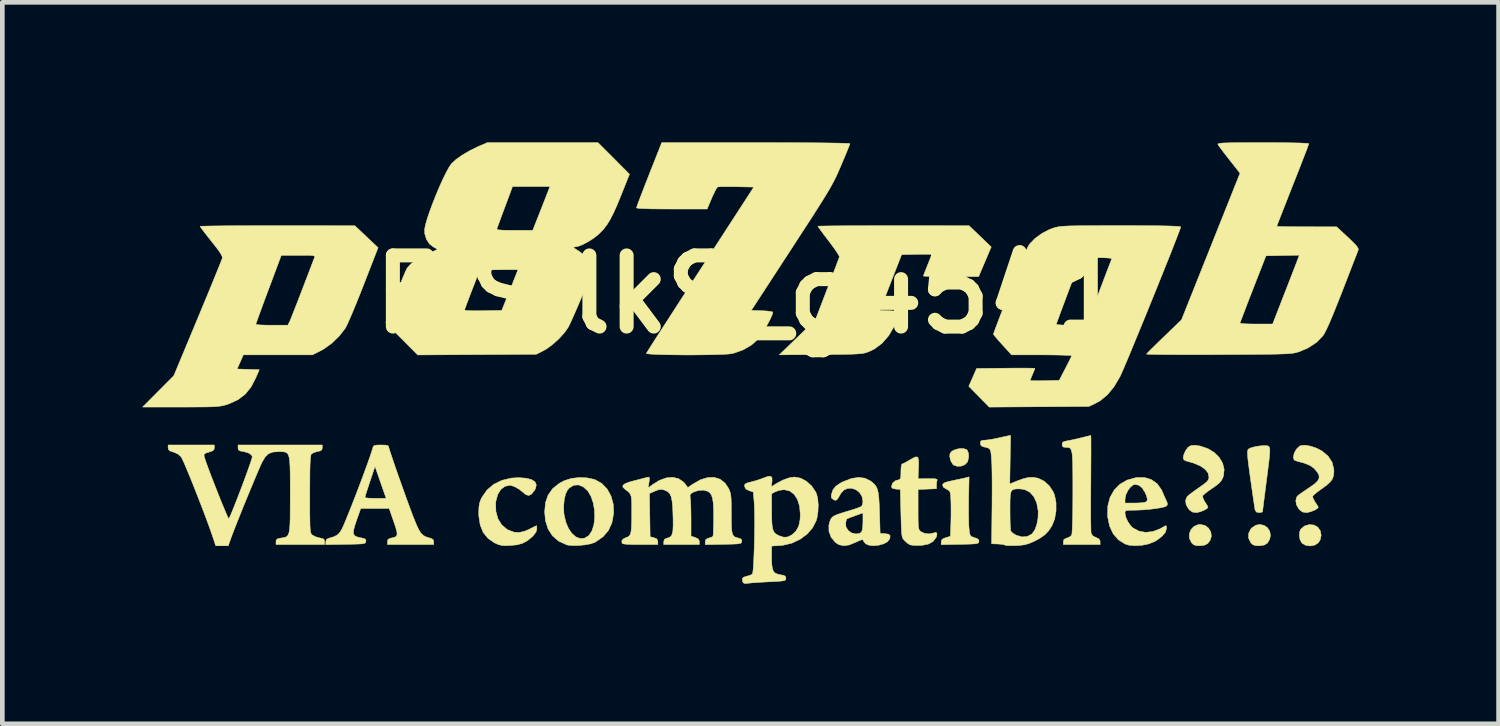
<source format=kicad_pcb>
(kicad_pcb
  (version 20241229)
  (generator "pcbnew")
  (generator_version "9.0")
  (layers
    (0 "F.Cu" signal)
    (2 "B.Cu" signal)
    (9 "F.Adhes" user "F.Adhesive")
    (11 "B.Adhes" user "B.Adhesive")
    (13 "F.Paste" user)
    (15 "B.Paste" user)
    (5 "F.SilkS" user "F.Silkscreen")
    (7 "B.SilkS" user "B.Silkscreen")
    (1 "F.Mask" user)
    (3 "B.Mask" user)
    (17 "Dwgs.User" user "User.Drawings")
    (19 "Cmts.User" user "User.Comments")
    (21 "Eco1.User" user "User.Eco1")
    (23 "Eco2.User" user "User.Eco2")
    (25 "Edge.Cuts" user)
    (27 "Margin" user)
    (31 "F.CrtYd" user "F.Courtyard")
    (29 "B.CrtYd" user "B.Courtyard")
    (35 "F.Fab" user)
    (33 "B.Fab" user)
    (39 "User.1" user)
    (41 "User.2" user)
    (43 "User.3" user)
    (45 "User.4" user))
  (footprint "F.SilkS_g4541"
    (layer "F.Cu")
    (at 13.022 3.256)
    (property "Reference" "F.SilkS_g4541" (at 0 0 0) (layer "F.SilkS") (effects (font (size 1.524 1.524) (thickness 0.3))))
    (attr through_hole)
    (fp_poly (pts (xy 12.074 4.941) (xy 12.156 4.986) (xy 12.21 5.064) (xy 12.228 5.159) (xy 12.208 5.256) (xy 12.166 5.322) (xy 12.089 5.371) (xy 11.993 5.389) (xy 11.896 5.375) (xy 11.819 5.329) (xy 11.815 5.326) (xy 11.776 5.255) (xy 11.761 5.164) (xy 11.77 5.075) (xy 11.793 5.027) (xy 11.873 4.96) (xy 11.972 4.931) (xy 12.074 4.941)) (stroke (width 0.01) (type solid)) (fill yes) (layer "F.SilkS"))
    (fp_poly (pts (xy 4.63 3.323) (xy 4.647 3.338) (xy 4.673 3.402) (xy 4.677 3.488) (xy 4.658 3.573) (xy 4.649 3.593) (xy 4.594 3.648) (xy 4.515 3.679) (xy 4.429 3.682) (xy 4.355 3.655) (xy 4.337 3.639) (xy 4.292 3.563) (xy 4.272 3.473) (xy 4.278 3.409) (xy 4.317 3.36) (xy 4.39 3.324) (xy 4.477 3.303) (xy 4.563 3.302) (xy 4.63 3.323)) (stroke (width 0.01) (type solid)) (fill yes) (layer "F.SilkS"))
    (fp_poly (pts (xy 9.739 4.949) (xy 9.816 5.007) (xy 9.864 5.088) (xy 9.876 5.183) (xy 9.851 5.266) (xy 9.799 5.336) (xy 9.728 5.373) (xy 9.624 5.384) (xy 9.622 5.384) (xy 9.541 5.379) (xy 9.489 5.357) (xy 9.451 5.318) (xy 9.406 5.226) (xy 9.404 5.129) (xy 9.438 5.04) (xy 9.504 4.97) (xy 9.594 4.932) (xy 9.639 4.928) (xy 9.739 4.949)) (stroke (width 0.01) (type solid)) (fill yes) (layer "F.SilkS"))
    (fp_poly (pts (xy 11.007 4.949) (xy 11.079 4.999) (xy 11.127 5.074) (xy 11.142 5.166) (xy 11.125 5.245) (xy 11.08 5.324) (xy 11.013 5.368) (xy 10.911 5.384) (xy 10.892 5.384) (xy 10.811 5.379) (xy 10.759 5.357) (xy 10.721 5.318) (xy 10.673 5.221) (xy 10.674 5.12) (xy 10.721 5.025) (xy 10.742 5.002) (xy 10.829 4.944) (xy 10.92 4.928) (xy 11.007 4.949)) (stroke (width 0.01) (type solid)) (fill yes) (layer "F.SilkS"))
    (fp_poly (pts (xy 11.065 3.241) (xy 11.095 3.249) (xy 11.11 3.26) (xy 11.12 3.276) (xy 11.127 3.305) (xy 11.128 3.35) (xy 11.125 3.417) (xy 11.116 3.513) (xy 11.101 3.641) (xy 11.08 3.808) (xy 11.053 4.018) (xy 11.047 4.064) (xy 11.026 4.229) (xy 11.007 4.377) (xy 10.991 4.501) (xy 10.98 4.592) (xy 10.974 4.645) (xy 10.973 4.655) (xy 10.951 4.668) (xy 10.899 4.674) (xy 10.841 4.662) (xy 10.814 4.621) (xy 10.813 4.616) (xy 10.805 4.576) (xy 10.793 4.493) (xy 10.775 4.375) (xy 10.754 4.23) (xy 10.731 4.066) (xy 10.715 3.956) (xy 10.689 3.765) (xy 10.67 3.618) (xy 10.657 3.508) (xy 10.651 3.43) (xy 10.65 3.378) (xy 10.654 3.344) (xy 10.663 3.323) (xy 10.671 3.313) (xy 10.719 3.288) (xy 10.8 3.265) (xy 10.897 3.248) (xy 10.991 3.239) (xy 11.065 3.241)) (stroke (width 0.01) (type solid)) (fill yes) (layer "F.SilkS"))
    (fp_poly (pts (xy 4.677 4.385) (xy 4.676 4.548) (xy 4.676 4.706) (xy 4.678 4.847) (xy 4.681 4.958) (xy 4.686 5.02) (xy 4.696 5.108) (xy 4.71 5.158) (xy 4.735 5.186) (xy 4.781 5.204) (xy 4.804 5.211) (xy 4.87 5.236) (xy 4.896 5.266) (xy 4.897 5.294) (xy 4.892 5.314) (xy 4.878 5.328) (xy 4.847 5.338) (xy 4.792 5.345) (xy 4.706 5.349) (xy 4.581 5.352) (xy 4.489 5.354) (xy 4.089 5.361) (xy 4.089 5.301) (xy 4.1 5.257) (xy 4.141 5.227) (xy 4.188 5.211) (xy 4.287 5.181) (xy 4.297 4.886) (xy 4.3 4.744) (xy 4.3 4.598) (xy 4.299 4.469) (xy 4.296 4.401) (xy 4.291 4.305) (xy 4.281 4.245) (xy 4.264 4.211) (xy 4.231 4.187) (xy 4.2 4.171) (xy 4.137 4.131) (xy 4.119 4.087) (xy 4.12 4.08) (xy 4.133 4.054) (xy 4.168 4.032) (xy 4.235 4.011) (xy 4.343 3.987) (xy 4.45 3.964) (xy 4.545 3.944) (xy 4.611 3.929) (xy 4.623 3.926) (xy 4.686 3.909) (xy 4.677 4.385)) (stroke (width 0.01) (type solid)) (fill yes) (layer "F.SilkS"))
    (fp_poly (pts (xy 9.639 3.249) (xy 9.802 3.304) (xy 9.939 3.388) (xy 10.046 3.495) (xy 10.118 3.617) (xy 10.15 3.748) (xy 10.137 3.882) (xy 10.125 3.919) (xy 10.096 3.98) (xy 10.052 4.034) (xy 9.982 4.092) (xy 9.895 4.153) (xy 9.808 4.214) (xy 9.739 4.267) (xy 9.697 4.306) (xy 9.69 4.316) (xy 9.695 4.357) (xy 9.722 4.419) (xy 9.74 4.448) (xy 9.779 4.509) (xy 9.802 4.551) (xy 9.804 4.559) (xy 9.782 4.587) (xy 9.727 4.62) (xy 9.656 4.65) (xy 9.584 4.67) (xy 9.546 4.674) (xy 9.47 4.662) (xy 9.41 4.62) (xy 9.388 4.595) (xy 9.336 4.506) (xy 9.324 4.414) (xy 9.354 4.336) (xy 9.387 4.304) (xy 9.453 4.253) (xy 9.539 4.19) (xy 9.601 4.147) (xy 9.701 4.077) (xy 9.766 4.026) (xy 9.803 3.985) (xy 9.82 3.947) (xy 9.825 3.92) (xy 9.809 3.832) (xy 9.746 3.749) (xy 9.64 3.675) (xy 9.494 3.613) (xy 9.341 3.57) (xy 9.289 3.545) (xy 9.272 3.496) (xy 9.291 3.419) (xy 9.322 3.352) (xy 9.373 3.278) (xy 9.438 3.239) (xy 9.526 3.231) (xy 9.639 3.249)) (stroke (width 0.01) (type solid)) (fill yes) (layer "F.SilkS"))
    (fp_poly (pts (xy 12.009 3.253) (xy 12.133 3.296) (xy 12.248 3.356) (xy 12.249 3.357) (xy 12.376 3.464) (xy 12.461 3.594) (xy 12.499 3.741) (xy 12.501 3.789) (xy 12.494 3.878) (xy 12.47 3.951) (xy 12.422 4.018) (xy 12.343 4.089) (xy 12.228 4.173) (xy 12.147 4.232) (xy 12.083 4.284) (xy 12.048 4.32) (xy 12.045 4.327) (xy 12.054 4.366) (xy 12.085 4.427) (xy 12.102 4.454) (xy 12.141 4.513) (xy 12.164 4.553) (xy 12.167 4.561) (xy 12.145 4.588) (xy 12.09 4.62) (xy 12.018 4.65) (xy 11.947 4.669) (xy 11.909 4.674) (xy 11.832 4.662) (xy 11.772 4.62) (xy 11.75 4.595) (xy 11.7 4.51) (xy 11.685 4.42) (xy 11.704 4.342) (xy 11.728 4.311) (xy 11.769 4.28) (xy 11.84 4.23) (xy 11.929 4.17) (xy 11.969 4.143) (xy 12.083 4.063) (xy 12.154 3.995) (xy 12.185 3.934) (xy 12.181 3.873) (xy 12.152 3.817) (xy 12.083 3.733) (xy 11.993 3.667) (xy 11.872 3.616) (xy 11.711 3.572) (xy 11.703 3.57) (xy 11.651 3.548) (xy 11.634 3.5) (xy 11.633 3.486) (xy 11.651 3.4) (xy 11.697 3.317) (xy 11.759 3.255) (xy 11.801 3.236) (xy 11.893 3.231) (xy 12.009 3.253)) (stroke (width 0.01) (type solid)) (fill yes) (layer "F.SilkS"))
    (fp_poly (pts (xy -4.805 3.937) (xy -4.687 3.967) (xy -4.612 4.015) (xy -4.584 4.081) (xy -4.602 4.162) (xy -4.627 4.205) (xy -4.689 4.28) (xy -4.747 4.308) (xy -4.808 4.289) (xy -4.86 4.247) (xy -4.954 4.172) (xy -5.052 4.117) (xy -5.137 4.09) (xy -5.154 4.089) (xy -5.259 4.113) (xy -5.346 4.18) (xy -5.41 4.285) (xy -5.448 4.422) (xy -5.454 4.465) (xy -5.45 4.646) (xy -5.407 4.804) (xy -5.327 4.934) (xy -5.213 5.032) (xy -5.182 5.048) (xy -5.06 5.094) (xy -4.942 5.1) (xy -4.814 5.066) (xy -4.734 5.03) (xy -4.658 4.991) (xy -4.601 4.964) (xy -4.578 4.953) (xy -4.574 4.975) (xy -4.572 5.024) (xy -4.592 5.095) (xy -4.656 5.176) (xy -4.667 5.186) (xy -4.773 5.275) (xy -4.879 5.332) (xy -5.001 5.365) (xy -5.144 5.378) (xy -5.253 5.382) (xy -5.33 5.376) (xy -5.396 5.359) (xy -5.468 5.327) (xy -5.481 5.321) (xy -5.619 5.226) (xy -5.721 5.1) (xy -5.785 4.942) (xy -5.815 4.749) (xy -5.817 4.673) (xy -5.813 4.559) (xy -5.801 4.475) (xy -5.774 4.398) (xy -5.745 4.34) (xy -5.638 4.188) (xy -5.495 4.068) (xy -5.321 3.983) (xy -5.121 3.935) (xy -4.966 3.926) (xy -4.805 3.937)) (stroke (width 0.01) (type solid)) (fill yes) (layer "F.SilkS"))
    (fp_poly (pts (xy -3.496 3.93) (xy -3.34 3.964) (xy -3.322 3.971) (xy -3.18 4.051) (xy -3.066 4.17) (xy -2.984 4.319) (xy -2.936 4.492) (xy -2.927 4.68) (xy -2.929 4.701) (xy -2.965 4.895) (xy -3.039 5.057) (xy -3.154 5.191) (xy -3.312 5.301) (xy -3.334 5.313) (xy -3.421 5.343) (xy -3.539 5.365) (xy -3.671 5.378) (xy -3.799 5.381) (xy -3.904 5.371) (xy -3.937 5.363) (xy -4.107 5.284) (xy -4.238 5.171) (xy -4.332 5.025) (xy -4.388 4.846) (xy -4.405 4.661) (xy -4.394 4.539) (xy -3.998 4.539) (xy -3.993 4.684) (xy -3.989 4.718) (xy -3.952 4.878) (xy -3.895 5.013) (xy -3.823 5.119) (xy -3.739 5.193) (xy -3.649 5.229) (xy -3.557 5.224) (xy -3.47 5.175) (xy -3.455 5.161) (xy -3.392 5.065) (xy -3.351 4.936) (xy -3.333 4.786) (xy -3.337 4.626) (xy -3.364 4.469) (xy -3.412 4.327) (xy -3.481 4.211) (xy -3.484 4.207) (xy -3.579 4.121) (xy -3.68 4.081) (xy -3.78 4.088) (xy -3.871 4.141) (xy -3.916 4.191) (xy -3.958 4.278) (xy -3.986 4.399) (xy -3.998 4.539) (xy -4.394 4.539) (xy -4.388 4.464) (xy -4.331 4.299) (xy -4.234 4.161) (xy -4.092 4.048) (xy -3.988 3.992) (xy -3.84 3.944) (xy -3.67 3.923) (xy -3.496 3.93)) (stroke (width 0.01) (type solid)) (fill yes) (layer "F.SilkS"))
    (fp_poly (pts (xy 7.296 3.047) (xy 7.297 3.117) (xy 7.297 3.227) (xy 7.298 3.372) (xy 7.297 3.546) (xy 7.296 3.744) (xy 7.295 3.96) (xy 7.294 4.042) (xy 7.293 4.267) (xy 7.292 4.478) (xy 7.292 4.668) (xy 7.293 4.832) (xy 7.295 4.965) (xy 7.297 5.061) (xy 7.3 5.113) (xy 7.301 5.12) (xy 7.34 5.175) (xy 7.404 5.207) (xy 7.467 5.236) (xy 7.491 5.276) (xy 7.493 5.298) (xy 7.493 5.359) (xy 6.706 5.359) (xy 6.706 5.298) (xy 6.718 5.25) (xy 6.765 5.224) (xy 6.782 5.22) (xy 6.845 5.193) (xy 6.884 5.156) (xy 6.89 5.118) (xy 6.896 5.032) (xy 6.901 4.905) (xy 6.905 4.738) (xy 6.908 4.538) (xy 6.909 4.306) (xy 6.909 4.233) (xy 6.909 3.987) (xy 6.908 3.788) (xy 6.906 3.63) (xy 6.901 3.508) (xy 6.894 3.418) (xy 6.882 3.355) (xy 6.866 3.315) (xy 6.845 3.291) (xy 6.818 3.28) (xy 6.783 3.277) (xy 6.755 3.277) (xy 6.701 3.269) (xy 6.682 3.239) (xy 6.68 3.215) (xy 6.688 3.175) (xy 6.719 3.152) (xy 6.787 3.137) (xy 6.788 3.137) (xy 6.867 3.122) (xy 6.973 3.099) (xy 7.084 3.073) (xy 7.091 3.071) (xy 7.183 3.048) (xy 7.254 3.031) (xy 7.291 3.023) (xy 7.294 3.023) (xy 7.296 3.047)) (stroke (width 0.01) (type solid)) (fill yes) (layer "F.SilkS"))
    (fp_poly (pts (xy 3.587 3.49) (xy 3.603 3.54) (xy 3.606 3.634) (xy 3.603 3.715) (xy 3.594 3.95) (xy 3.805 3.947) (xy 3.909 3.947) (xy 3.972 3.952) (xy 4 3.962) (xy 4.002 3.98) (xy 4.002 3.981) (xy 3.991 4.033) (xy 3.988 4.09) (xy 3.988 4.163) (xy 3.791 4.171) (xy 3.594 4.178) (xy 3.594 4.606) (xy 3.594 4.763) (xy 3.596 4.877) (xy 3.599 4.956) (xy 3.606 5.008) (xy 3.617 5.041) (xy 3.633 5.064) (xy 3.654 5.082) (xy 3.733 5.119) (xy 3.83 5.13) (xy 3.921 5.113) (xy 3.936 5.106) (xy 3.98 5.098) (xy 3.999 5.127) (xy 3.99 5.184) (xy 3.979 5.207) (xy 3.914 5.293) (xy 3.819 5.347) (xy 3.686 5.374) (xy 3.638 5.377) (xy 3.542 5.378) (xy 3.461 5.372) (xy 3.416 5.362) (xy 3.364 5.328) (xy 3.307 5.276) (xy 3.302 5.271) (xy 3.28 5.247) (xy 3.264 5.22) (xy 3.252 5.185) (xy 3.244 5.133) (xy 3.238 5.058) (xy 3.233 4.951) (xy 3.229 4.806) (xy 3.226 4.691) (xy 3.213 4.178) (xy 3.118 4.17) (xy 3.047 4.155) (xy 3.023 4.125) (xy 3.023 4.124) (xy 3.045 4.045) (xy 3.108 3.992) (xy 3.149 3.979) (xy 3.19 3.969) (xy 3.213 3.95) (xy 3.223 3.91) (xy 3.226 3.837) (xy 3.226 3.798) (xy 3.229 3.713) (xy 3.239 3.653) (xy 3.251 3.632) (xy 3.285 3.62) (xy 3.346 3.588) (xy 3.4 3.556) (xy 3.491 3.503) (xy 3.551 3.479) (xy 3.587 3.49)) (stroke (width 0.01) (type solid)) (fill yes) (layer "F.SilkS"))
    (fp_poly (pts (xy 3.067 -1.472) (xy 4.686 -1.471) (xy 4.924 -1.244) (xy 5.161 -1.016) (xy 5.026 -0.699) (xy 4.891 -0.381) (xy 4.3 -0.381) (xy 4.132 -0.382) (xy 3.984 -0.383) (xy 3.86 -0.385) (xy 3.769 -0.388) (xy 3.717 -0.392) (xy 3.708 -0.394) (xy 3.717 -0.422) (xy 3.741 -0.486) (xy 3.776 -0.574) (xy 3.797 -0.628) (xy 3.836 -0.724) (xy 3.866 -0.801) (xy 3.884 -0.848) (xy 3.886 -0.857) (xy 3.862 -0.859) (xy 3.797 -0.86) (xy 3.701 -0.86) (xy 3.582 -0.858) (xy 3.563 -0.858) (xy 3.241 -0.851) (xy 2.776 0.343) (xy 2.988 0.35) (xy 3.095 0.356) (xy 3.16 0.364) (xy 3.192 0.378) (xy 3.2 0.397) (xy 3.19 0.435) (xy 3.161 0.508) (xy 3.12 0.602) (xy 3.088 0.672) (xy 2.965 0.883) (xy 2.821 1.049) (xy 2.654 1.172) (xy 2.546 1.223) (xy 2.506 1.239) (xy 2.466 1.252) (xy 2.422 1.262) (xy 2.366 1.269) (xy 2.295 1.275) (xy 2.2 1.28) (xy 2.078 1.283) (xy 1.922 1.285) (xy 1.726 1.287) (xy 1.511 1.289) (xy 0.622 1.295) (xy 1.394 0.546) (xy 1.647 -0.114) (xy 1.714 -0.288) (xy 1.774 -0.446) (xy 1.827 -0.583) (xy 1.868 -0.693) (xy 1.896 -0.768) (xy 1.909 -0.804) (xy 1.909 -0.805) (xy 1.897 -0.834) (xy 1.859 -0.896) (xy 1.8 -0.982) (xy 1.725 -1.085) (xy 1.683 -1.14) (xy 1.601 -1.247) (xy 1.532 -1.34) (xy 1.48 -1.41) (xy 1.452 -1.452) (xy 1.448 -1.46) (xy 1.472 -1.462) (xy 1.544 -1.464) (xy 1.657 -1.466) (xy 1.809 -1.468) (xy 1.994 -1.469) (xy 2.209 -1.471) (xy 2.449 -1.471) (xy 2.71 -1.472) (xy 2.988 -1.472) (xy 3.067 -1.472)) (stroke (width 0.01) (type solid)) (fill yes) (layer "F.SilkS"))
    (fp_poly (pts (xy 8.453 3.924) (xy 8.598 3.971) (xy 8.718 4.059) (xy 8.807 4.184) (xy 8.824 4.221) (xy 8.862 4.31) (xy 8.901 4.396) (xy 8.91 4.414) (xy 8.934 4.473) (xy 8.933 4.509) (xy 8.914 4.533) (xy 8.871 4.552) (xy 8.788 4.571) (xy 8.675 4.589) (xy 8.543 4.605) (xy 8.402 4.616) (xy 8.263 4.622) (xy 8.205 4.623) (xy 8.112 4.624) (xy 8.059 4.629) (xy 8.034 4.643) (xy 8.027 4.669) (xy 8.026 4.687) (xy 8.044 4.773) (xy 8.089 4.871) (xy 8.151 4.959) (xy 8.194 5.001) (xy 8.321 5.07) (xy 8.466 5.097) (xy 8.62 5.081) (xy 8.772 5.023) (xy 8.785 5.016) (xy 8.85 4.98) (xy 8.895 4.957) (xy 8.905 4.953) (xy 8.913 4.975) (xy 8.915 5.015) (xy 8.892 5.094) (xy 8.824 5.177) (xy 8.718 5.259) (xy 8.657 5.296) (xy 8.535 5.344) (xy 8.391 5.374) (xy 8.242 5.383) (xy 8.108 5.371) (xy 8.026 5.346) (xy 7.883 5.255) (xy 7.772 5.126) (xy 7.696 4.962) (xy 7.655 4.765) (xy 7.653 4.736) (xy 7.658 4.531) (xy 7.674 4.47) (xy 8.026 4.47) (xy 8.211 4.47) (xy 8.311 4.468) (xy 8.397 4.462) (xy 8.451 4.455) (xy 8.452 4.454) (xy 8.494 4.432) (xy 8.505 4.388) (xy 8.488 4.317) (xy 8.46 4.25) (xy 8.397 4.148) (xy 8.322 4.088) (xy 8.242 4.072) (xy 8.209 4.079) (xy 8.147 4.123) (xy 8.089 4.2) (xy 8.045 4.292) (xy 8.027 4.383) (xy 8.027 4.388) (xy 8.026 4.47) (xy 7.674 4.47) (xy 7.706 4.348) (xy 7.794 4.192) (xy 7.917 4.067) (xy 8.073 3.977) (xy 8.259 3.926) (xy 8.289 3.922) (xy 8.453 3.924)) (stroke (width 0.01) (type solid)) (fill yes) (layer "F.SilkS"))
    (fp_poly (pts (xy 5.558 4.06) (xy 5.715 3.996) (xy 5.854 3.946) (xy 5.966 3.921) (xy 6.064 3.919) (xy 6.164 3.938) (xy 6.164 3.938) (xy 6.291 3.999) (xy 6.403 4.099) (xy 6.488 4.228) (xy 6.517 4.297) (xy 6.549 4.46) (xy 6.549 4.638) (xy 6.519 4.811) (xy 6.464 4.95) (xy 6.393 5.061) (xy 6.31 5.149) (xy 6.201 5.225) (xy 6.071 5.293) (xy 5.969 5.337) (xy 5.877 5.363) (xy 5.77 5.376) (xy 5.69 5.381) (xy 5.589 5.382) (xy 5.509 5.38) (xy 5.461 5.374) (xy 5.455 5.37) (xy 5.421 5.359) (xy 5.353 5.35) (xy 5.303 5.347) (xy 5.169 5.342) (xy 5.177 4.622) (xy 5.563 4.622) (xy 5.564 4.762) (xy 5.566 4.888) (xy 5.571 4.987) (xy 5.576 5.051) (xy 5.579 5.068) (xy 5.611 5.105) (xy 5.672 5.146) (xy 5.7 5.16) (xy 5.823 5.195) (xy 5.936 5.185) (xy 6.033 5.131) (xy 6.037 5.127) (xy 6.095 5.045) (xy 6.138 4.928) (xy 6.163 4.791) (xy 6.167 4.649) (xy 6.166 4.637) (xy 6.135 4.467) (xy 6.074 4.333) (xy 5.985 4.235) (xy 5.872 4.179) (xy 5.77 4.166) (xy 5.697 4.167) (xy 5.643 4.175) (xy 5.606 4.196) (xy 5.582 4.238) (xy 5.569 4.308) (xy 5.564 4.412) (xy 5.563 4.558) (xy 5.563 4.622) (xy 5.177 4.622) (xy 5.178 4.557) (xy 5.179 4.349) (xy 5.18 4.145) (xy 5.179 3.955) (xy 5.177 3.788) (xy 5.174 3.651) (xy 5.169 3.554) (xy 5.168 3.538) (xy 5.159 3.427) (xy 5.149 3.356) (xy 5.13 3.315) (xy 5.096 3.291) (xy 5.041 3.275) (xy 4.997 3.266) (xy 4.944 3.242) (xy 4.928 3.194) (xy 4.928 3.187) (xy 4.935 3.143) (xy 4.968 3.126) (xy 5.01 3.124) (xy 5.077 3.118) (xy 5.173 3.104) (xy 5.271 3.085) (xy 5.369 3.063) (xy 5.456 3.044) (xy 5.512 3.032) (xy 5.575 3.019) (xy 5.558 4.06)) (stroke (width 0.01) (type solid)) (fill yes) (layer "F.SilkS"))
    (fp_poly (pts (xy 2.457 3.938) (xy 2.58 4) (xy 2.602 4.017) (xy 2.653 4.062) (xy 2.692 4.11) (xy 2.72 4.17) (xy 2.74 4.25) (xy 2.753 4.357) (xy 2.762 4.5) (xy 2.768 4.674) (xy 2.781 5.118) (xy 2.889 5.126) (xy 2.964 5.138) (xy 2.995 5.167) (xy 2.99 5.221) (xy 2.981 5.244) (xy 2.936 5.3) (xy 2.855 5.343) (xy 2.753 5.372) (xy 2.647 5.383) (xy 2.549 5.375) (xy 2.475 5.344) (xy 2.464 5.334) (xy 2.426 5.288) (xy 2.413 5.257) (xy 2.393 5.255) (xy 2.339 5.273) (xy 2.264 5.307) (xy 2.261 5.308) (xy 2.118 5.367) (xy 1.998 5.384) (xy 1.895 5.36) (xy 1.827 5.316) (xy 1.734 5.207) (xy 1.685 5.079) (xy 1.683 4.942) (xy 1.697 4.893) (xy 2.043 4.893) (xy 2.049 4.98) (xy 2.095 5.056) (xy 2.17 5.11) (xy 2.262 5.131) (xy 2.34 5.121) (xy 2.382 5.089) (xy 2.387 5.082) (xy 2.4 5.032) (xy 2.41 4.95) (xy 2.413 4.856) (xy 2.413 4.68) (xy 2.242 4.742) (xy 2.157 4.773) (xy 2.094 4.798) (xy 2.065 4.81) (xy 2.064 4.811) (xy 2.055 4.837) (xy 2.043 4.893) (xy 2.043 4.893) (xy 1.697 4.893) (xy 1.711 4.842) (xy 1.731 4.803) (xy 1.756 4.771) (xy 1.797 4.744) (xy 1.86 4.716) (xy 1.955 4.684) (xy 2.088 4.643) (xy 2.121 4.634) (xy 2.225 4.601) (xy 2.311 4.571) (xy 2.368 4.548) (xy 2.381 4.541) (xy 2.404 4.499) (xy 2.413 4.436) (xy 2.393 4.329) (xy 2.34 4.245) (xy 2.265 4.185) (xy 2.177 4.154) (xy 2.086 4.155) (xy 2.002 4.192) (xy 1.936 4.268) (xy 1.936 4.269) (xy 1.888 4.352) (xy 1.856 4.397) (xy 1.828 4.412) (xy 1.797 4.404) (xy 1.78 4.395) (xy 1.74 4.363) (xy 1.733 4.316) (xy 1.738 4.285) (xy 1.77 4.188) (xy 1.829 4.111) (xy 1.924 4.045) (xy 1.988 4.012) (xy 2.165 3.944) (xy 2.32 3.92) (xy 2.457 3.938)) (stroke (width 0.01) (type solid)) (fill yes) (layer "F.SilkS"))
    (fp_poly (pts (xy -7.818 3.228) (xy -7.767 3.238) (xy -7.748 3.256) (xy -7.747 3.264) (xy -7.739 3.298) (xy -7.715 3.372) (xy -7.679 3.481) (xy -7.633 3.617) (xy -7.579 3.773) (xy -7.52 3.942) (xy -7.457 4.118) (xy -7.394 4.294) (xy -7.333 4.462) (xy -7.276 4.617) (xy -7.226 4.751) (xy -7.211 4.788) (xy -7.151 4.936) (xy -7.1 5.043) (xy -7.052 5.117) (xy -7.001 5.165) (xy -6.941 5.196) (xy -6.894 5.21) (xy -6.823 5.233) (xy -6.79 5.259) (xy -6.782 5.299) (xy -6.782 5.359) (xy -7.772 5.359) (xy -7.772 5.297) (xy -7.763 5.252) (xy -7.725 5.228) (xy -7.684 5.218) (xy -7.622 5.203) (xy -7.583 5.181) (xy -7.566 5.142) (xy -7.571 5.081) (xy -7.597 4.987) (xy -7.64 4.861) (xy -7.736 4.585) (xy -8.344 4.585) (xy -8.425 4.813) (xy -8.472 4.952) (xy -8.498 5.052) (xy -8.502 5.12) (xy -8.48 5.164) (xy -8.432 5.192) (xy -8.355 5.212) (xy -8.323 5.218) (xy -8.26 5.234) (xy -8.235 5.259) (xy -8.234 5.291) (xy -8.239 5.311) (xy -8.251 5.326) (xy -8.278 5.337) (xy -8.327 5.344) (xy -8.406 5.348) (xy -8.521 5.351) (xy -8.668 5.354) (xy -9.093 5.361) (xy -9.093 5.299) (xy -9.079 5.249) (xy -9.027 5.223) (xy -9.023 5.222) (xy -8.913 5.189) (xy -8.837 5.147) (xy -8.781 5.083) (xy -8.746 5.021) (xy -8.711 4.946) (xy -8.663 4.831) (xy -8.604 4.686) (xy -8.537 4.518) (xy -8.471 4.349) (xy -8.255 4.349) (xy -8.231 4.358) (xy -8.169 4.365) (xy -8.078 4.368) (xy -8.028 4.369) (xy -7.8 4.369) (xy -7.92 4.027) (xy -8.039 3.684) (xy -8.147 4.007) (xy -8.187 4.127) (xy -8.22 4.23) (xy -8.244 4.306) (xy -8.255 4.346) (xy -8.255 4.349) (xy -8.471 4.349) (xy -8.465 4.334) (xy -8.392 4.143) (xy -8.32 3.953) (xy -8.253 3.771) (xy -8.193 3.606) (xy -8.143 3.465) (xy -8.107 3.357) (xy -8.089 3.295) (xy -8.076 3.257) (xy -8.054 3.237) (xy -8.009 3.228) (xy -7.928 3.226) (xy -7.909 3.226) (xy -7.818 3.228)) (stroke (width 0.01) (type solid)) (fill yes) (layer "F.SilkS"))
    (fp_poly (pts (xy 0.468 -3.251) (xy 0.792 -3.25) (xy 1.089 -3.249) (xy 1.354 -3.247) (xy 1.585 -3.245) (xy 1.78 -3.242) (xy 1.935 -3.239) (xy 2.047 -3.235) (xy 2.114 -3.232) (xy 2.134 -3.228) (xy 2.124 -3.199) (xy 2.097 -3.13) (xy 2.057 -3.03) (xy 2.005 -2.907) (xy 1.946 -2.767) (xy 1.944 -2.762) (xy 1.904 -2.67) (xy 1.867 -2.587) (xy 1.831 -2.508) (xy 1.792 -2.43) (xy 1.748 -2.348) (xy 1.697 -2.257) (xy 1.636 -2.155) (xy 1.563 -2.036) (xy 1.475 -1.896) (xy 1.37 -1.731) (xy 1.245 -1.537) (xy 1.097 -1.31) (xy 0.925 -1.045) (xy 0.888 -0.988) (xy 0.021 0.343) (xy 0.252 0.35) (xy 0.353 0.356) (xy 0.432 0.365) (xy 0.476 0.376) (xy 0.483 0.381) (xy 0.47 0.432) (xy 0.435 0.513) (xy 0.384 0.613) (xy 0.325 0.72) (xy 0.263 0.823) (xy 0.204 0.91) (xy 0.164 0.961) (xy 0.024 1.085) (xy -0.148 1.185) (xy -0.335 1.254) (xy -0.404 1.27) (xy -0.47 1.278) (xy -0.573 1.284) (xy -0.706 1.289) (xy -0.863 1.293) (xy -1.037 1.295) (xy -1.22 1.297) (xy -1.406 1.297) (xy -1.589 1.295) (xy -1.761 1.293) (xy -1.916 1.289) (xy -2.047 1.284) (xy -2.147 1.278) (xy -2.21 1.271) (xy -2.228 1.264) (xy -2.212 1.238) (xy -2.171 1.173) (xy -2.107 1.072) (xy -2.021 0.937) (xy -1.915 0.773) (xy -1.792 0.583) (xy -1.654 0.369) (xy -1.503 0.135) (xy -1.34 -0.116) (xy -1.169 -0.381) (xy -1.07 -0.533) (xy 0.075 -2.299) (xy -0.298 -2.306) (xy -0.432 -2.308) (xy -0.549 -2.308) (xy -0.639 -2.306) (xy -0.691 -2.303) (xy -0.7 -2.302) (xy -0.722 -2.275) (xy -0.757 -2.211) (xy -0.8 -2.122) (xy -0.827 -2.06) (xy -0.925 -1.829) (xy -1.682 -1.829) (xy -1.928 -1.83) (xy -2.126 -1.832) (xy -2.277 -1.837) (xy -2.379 -1.842) (xy -2.431 -1.85) (xy -2.438 -1.855) (xy -2.429 -1.884) (xy -2.404 -1.955) (xy -2.364 -2.06) (xy -2.313 -2.194) (xy -2.252 -2.351) (xy -2.184 -2.524) (xy -2.168 -2.566) (xy -1.897 -3.251) (xy 0.118 -3.251) (xy 0.468 -3.251)) (stroke (width 0.01) (type solid)) (fill yes) (layer "F.SilkS"))
    (fp_poly (pts (xy -10.128 -1.472) (xy -8.471 -1.471) (xy -7.973 -1.001) (xy -8.284 -0.202) (xy -8.361 -0.006) (xy -8.436 0.181) (xy -8.506 0.351) (xy -8.569 0.498) (xy -8.621 0.615) (xy -8.659 0.695) (xy -8.675 0.724) (xy -8.804 0.891) (xy -8.963 1.045) (xy -9.136 1.17) (xy -9.205 1.208) (xy -9.379 1.295) (xy -10.859 1.295) (xy -10.926 1.447) (xy -10.993 1.598) (xy -10.756 1.606) (xy -10.518 1.613) (xy -10.591 1.784) (xy -10.692 1.98) (xy -10.816 2.135) (xy -10.969 2.253) (xy -11.158 2.341) (xy -11.223 2.363) (xy -11.272 2.377) (xy -11.323 2.388) (xy -11.383 2.397) (xy -11.457 2.403) (xy -11.552 2.408) (xy -11.674 2.411) (xy -11.83 2.412) (xy -12.025 2.413) (xy -12.201 2.413) (xy -13.017 2.413) (xy -12.682 2.076) (xy -12.348 1.74) (xy -11.89 0.641) (xy -10.592 0.641) (xy -10.568 0.648) (xy -10.503 0.654) (xy -10.405 0.658) (xy -10.284 0.66) (xy -10.25 0.66) (xy -9.907 0.66) (xy -9.872 0.591) (xy -9.853 0.549) (xy -9.82 0.466) (xy -9.774 0.35) (xy -9.718 0.208) (xy -9.656 0.047) (xy -9.594 -0.114) (xy -9.528 -0.285) (xy -9.468 -0.442) (xy -9.416 -0.578) (xy -9.375 -0.687) (xy -9.346 -0.761) (xy -9.334 -0.794) (xy -9.33 -0.811) (xy -9.341 -0.823) (xy -9.374 -0.831) (xy -9.435 -0.836) (xy -9.532 -0.838) (xy -9.672 -0.838) (xy -10.046 -0.838) (xy -10.319 -0.108) (xy -10.387 0.074) (xy -10.449 0.241) (xy -10.502 0.386) (xy -10.545 0.504) (xy -10.575 0.589) (xy -10.591 0.635) (xy -10.592 0.641) (xy -11.89 0.641) (xy -11.835 0.508) (xy -11.736 0.27) (xy -11.643 0.046) (xy -11.558 -0.161) (xy -11.482 -0.346) (xy -11.418 -0.504) (xy -11.367 -0.63) (xy -11.331 -0.721) (xy -11.312 -0.771) (xy -11.31 -0.779) (xy -11.314 -0.813) (xy -11.341 -0.867) (xy -11.393 -0.945) (xy -11.475 -1.052) (xy -11.542 -1.137) (xy -11.626 -1.243) (xy -11.698 -1.335) (xy -11.751 -1.406) (xy -11.781 -1.449) (xy -11.786 -1.457) (xy -11.761 -1.46) (xy -11.69 -1.462) (xy -11.576 -1.465) (xy -11.424 -1.467) (xy -11.238 -1.469) (xy -11.023 -1.47) (xy -10.782 -1.471) (xy -10.519 -1.472) (xy -10.24 -1.472) (xy -10.128 -1.472)) (stroke (width 0.01) (type solid)) (fill yes) (layer "F.SilkS"))
    (fp_poly (pts (xy 0.464 3.926) (xy 0.466 3.993) (xy 0.464 4.014) (xy 0.45 4.12) (xy 0.558 4.052) (xy 0.699 3.977) (xy 0.836 3.928) (xy 0.949 3.912) (xy 1.079 3.937) (xy 1.204 4.004) (xy 1.315 4.105) (xy 1.401 4.233) (xy 1.417 4.267) (xy 1.444 4.37) (xy 1.455 4.502) (xy 1.45 4.645) (xy 1.43 4.781) (xy 1.412 4.846) (xy 1.335 4.999) (xy 1.216 5.135) (xy 1.066 5.246) (xy 0.891 5.328) (xy 0.701 5.374) (xy 0.641 5.379) (xy 0.457 5.391) (xy 0.457 5.636) (xy 0.46 5.776) (xy 0.473 5.874) (xy 0.499 5.938) (xy 0.543 5.977) (xy 0.61 5.999) (xy 0.647 6.006) (xy 0.719 6.02) (xy 0.753 6.041) (xy 0.762 6.077) (xy 0.762 6.081) (xy 0.76 6.104) (xy 0.75 6.12) (xy 0.723 6.132) (xy 0.671 6.14) (xy 0.588 6.147) (xy 0.465 6.154) (xy 0.4 6.157) (xy 0.261 6.164) (xy 0.133 6.172) (xy 0.027 6.18) (xy -0.043 6.187) (xy -0.055 6.189) (xy -0.118 6.194) (xy -0.15 6.179) (xy -0.164 6.15) (xy -0.172 6.093) (xy -0.145 6.059) (xy -0.077 6.037) (xy -0.066 6.035) (xy -0.000059 6.015) (xy 0.044 5.989) (xy 0.046 5.987) (xy 0.054 5.953) (xy 0.063 5.875) (xy 0.07 5.762) (xy 0.077 5.621) (xy 0.083 5.461) (xy 0.088 5.289) (xy 0.091 5.112) (xy 0.093 4.939) (xy 0.093 4.778) (xy 0.091 4.635) (xy 0.087 4.519) (xy 0.083 4.46) (xy 0.067 4.269) (xy 0.457 4.269) (xy 0.457 4.643) (xy 0.459 4.808) (xy 0.465 4.931) (xy 0.478 5.018) (xy 0.5 5.079) (xy 0.534 5.122) (xy 0.583 5.153) (xy 0.619 5.171) (xy 0.719 5.202) (xy 0.804 5.195) (xy 0.892 5.15) (xy 0.98 5.069) (xy 1.037 4.963) (xy 1.066 4.824) (xy 1.071 4.709) (xy 1.055 4.536) (xy 1.01 4.392) (xy 0.939 4.283) (xy 0.845 4.212) (xy 0.731 4.184) (xy 0.719 4.184) (xy 0.629 4.196) (xy 0.543 4.224) (xy 0.539 4.226) (xy 0.457 4.269) (xy 0.067 4.269) (xy 0.064 4.233) (xy -0.025 4.204) (xy -0.093 4.17) (xy -0.12 4.121) (xy -0.122 4.112) (xy -0.121 4.077) (xy -0.101 4.053) (xy -0.051 4.034) (xy 0.018 4.017) (xy 0.126 3.988) (xy 0.236 3.951) (xy 0.285 3.932) (xy 0.379 3.898) (xy 0.437 3.895) (xy 0.464 3.926)) (stroke (width 0.01) (type solid)) (fill yes) (layer "F.SilkS"))
    (fp_poly (pts (xy 11.223 -3.251) (xy 11.436 -3.249) (xy 11.619 -3.246) (xy 11.767 -3.243) (xy 11.877 -3.238) (xy 11.944 -3.233) (xy 11.963 -3.228) (xy 11.954 -3.2) (xy 11.929 -3.13) (xy 11.888 -3.023) (xy 11.835 -2.886) (xy 11.772 -2.723) (xy 11.7 -2.54) (xy 11.622 -2.342) (xy 11.62 -2.338) (xy 11.542 -2.14) (xy 11.471 -1.958) (xy 11.407 -1.796) (xy 11.354 -1.66) (xy 11.313 -1.555) (xy 11.287 -1.486) (xy 11.278 -1.459) (xy 11.278 -1.459) (xy 11.302 -1.456) (xy 11.37 -1.453) (xy 11.476 -1.451) (xy 11.612 -1.449) (xy 11.772 -1.448) (xy 11.919 -1.448) (xy 12.56 -1.447) (xy 12.8 -1.224) (xy 12.902 -1.127) (xy 12.97 -1.057) (xy 13.009 -1.008) (xy 13.024 -0.973) (xy 13.022 -0.951) (xy 13.009 -0.917) (xy 12.98 -0.84) (xy 12.936 -0.728) (xy 12.881 -0.586) (xy 12.817 -0.42) (xy 12.745 -0.235) (xy 12.681 -0.069) (xy 12.575 0.199) (xy 12.486 0.421) (xy 12.411 0.599) (xy 12.35 0.734) (xy 12.301 0.83) (xy 12.268 0.884) (xy 12.127 1.029) (xy 11.947 1.147) (xy 11.764 1.225) (xy 11.728 1.236) (xy 11.693 1.246) (xy 11.655 1.255) (xy 11.608 1.262) (xy 11.55 1.268) (xy 11.475 1.273) (xy 11.381 1.276) (xy 11.262 1.28) (xy 11.114 1.282) (xy 10.934 1.284) (xy 10.717 1.286) (xy 10.459 1.287) (xy 10.156 1.289) (xy 10.037 1.29) (xy 9.761 1.291) (xy 9.501 1.291) (xy 9.261 1.291) (xy 9.046 1.29) (xy 8.859 1.289) (xy 8.706 1.287) (xy 8.59 1.284) (xy 8.516 1.281) (xy 8.488 1.278) (xy 8.487 1.278) (xy 8.508 1.255) (xy 8.559 1.202) (xy 8.636 1.126) (xy 8.732 1.031) (xy 8.843 0.924) (xy 8.866 0.902) (xy 9.163 0.616) (xy 10.49 0.616) (xy 10.514 0.623) (xy 10.58 0.629) (xy 10.678 0.633) (xy 10.799 0.635) (xy 10.84 0.635) (xy 11.189 0.635) (xy 11.428 0.019) (xy 11.496 -0.154) (xy 11.56 -0.319) (xy 11.617 -0.466) (xy 11.664 -0.588) (xy 11.698 -0.676) (xy 11.714 -0.718) (xy 11.761 -0.84) (xy 11.403 -0.833) (xy 11.046 -0.826) (xy 10.768 -0.114) (xy 10.698 0.065) (xy 10.635 0.229) (xy 10.581 0.371) (xy 10.537 0.486) (xy 10.506 0.568) (xy 10.491 0.611) (xy 10.49 0.616) (xy 9.163 0.616) (xy 9.236 0.546) (xy 9.863 -1.025) (xy 10.49 -2.596) (xy 10.26 -2.888) (xy 10.177 -2.994) (xy 10.106 -3.088) (xy 10.051 -3.161) (xy 10.02 -3.207) (xy 10.016 -3.215) (xy 10.018 -3.224) (xy 10.036 -3.232) (xy 10.074 -3.238) (xy 10.136 -3.243) (xy 10.227 -3.246) (xy 10.351 -3.249) (xy 10.512 -3.25) (xy 10.715 -3.251) (xy 10.964 -3.251) (xy 10.983 -3.251) (xy 11.223 -3.251)) (stroke (width 0.01) (type solid)) (fill yes) (layer "F.SilkS"))
    (fp_poly (pts (xy -2.925 -2.913) (xy -2.588 -2.574) (xy -2.769 -2.121) (xy -2.855 -1.911) (xy -2.931 -1.742) (xy -3.001 -1.605) (xy -3.069 -1.494) (xy -3.14 -1.401) (xy -3.22 -1.317) (xy -3.26 -1.279) (xy -3.358 -1.202) (xy -3.47 -1.13) (xy -3.584 -1.07) (xy -3.686 -1.03) (xy -3.758 -1.016) (xy -3.785 -1.012) (xy -3.778 -0.996) (xy -3.732 -0.964) (xy -3.683 -0.933) (xy -3.571 -0.853) (xy -3.499 -0.766) (xy -3.461 -0.659) (xy -3.448 -0.518) (xy -3.448 -0.515) (xy -3.449 -0.452) (xy -3.454 -0.395) (xy -3.466 -0.334) (xy -3.488 -0.26) (xy -3.523 -0.166) (xy -3.572 -0.043) (xy -3.638 0.118) (xy -3.641 0.126) (xy -3.706 0.278) (xy -3.769 0.422) (xy -3.825 0.548) (xy -3.871 0.647) (xy -3.903 0.708) (xy -3.904 0.71) (xy -3.989 0.829) (xy -4.104 0.955) (xy -4.236 1.073) (xy -4.367 1.169) (xy -4.433 1.206) (xy -4.585 1.283) (xy -7.125 1.297) (xy -7.807 0.612) (xy -7.706 0.337) (xy -6.121 0.337) (xy -6.097 0.343) (xy -6.031 0.348) (xy -5.931 0.351) (xy -5.807 0.351) (xy -5.723 0.35) (xy -5.324 0.343) (xy -5.151 -0.088) (xy -5.096 -0.225) (xy -5.049 -0.345) (xy -5.011 -0.441) (xy -4.987 -0.504) (xy -4.978 -0.527) (xy -5.002 -0.529) (xy -5.069 -0.53) (xy -5.169 -0.53) (xy -5.294 -0.529) (xy -5.387 -0.528) (xy -5.795 -0.521) (xy -5.958 -0.102) (xy -6.011 0.035) (xy -6.056 0.155) (xy -6.092 0.251) (xy -6.115 0.315) (xy -6.121 0.337) (xy -7.706 0.337) (xy -7.609 0.071) (xy -7.549 -0.091) (xy -7.49 -0.242) (xy -7.437 -0.373) (xy -7.393 -0.477) (xy -7.361 -0.545) (xy -7.353 -0.561) (xy -7.277 -0.648) (xy -7.162 -0.737) (xy -7.021 -0.821) (xy -6.865 -0.892) (xy -6.865 -0.892) (xy -6.785 -0.924) (xy -6.728 -0.951) (xy -6.707 -0.965) (xy -6.727 -0.983) (xy -6.778 -1.011) (xy -6.789 -1.016) (xy -6.873 -1.081) (xy -6.937 -1.18) (xy -6.973 -1.297) (xy -6.976 -1.399) (xy -6.975 -1.403) (xy -5.43 -1.403) (xy -5.423 -1.391) (xy -5.388 -1.382) (xy -5.319 -1.376) (xy -5.211 -1.373) (xy -5.058 -1.372) (xy -5.051 -1.372) (xy -4.661 -1.372) (xy -4.523 -1.72) (xy -4.47 -1.855) (xy -4.419 -1.984) (xy -4.376 -2.095) (xy -4.345 -2.174) (xy -4.339 -2.189) (xy -4.293 -2.311) (xy -5.093 -2.311) (xy -5.256 -1.873) (xy -5.309 -1.732) (xy -5.355 -1.606) (xy -5.393 -1.504) (xy -5.419 -1.433) (xy -5.43 -1.403) (xy -6.975 -1.403) (xy -6.957 -1.494) (xy -6.92 -1.623) (xy -6.868 -1.777) (xy -6.805 -1.947) (xy -6.735 -2.124) (xy -6.662 -2.298) (xy -6.588 -2.462) (xy -6.518 -2.605) (xy -6.456 -2.719) (xy -6.405 -2.795) (xy -6.4 -2.801) (xy -6.303 -2.891) (xy -6.168 -2.986) (xy -6.005 -3.081) (xy -5.825 -3.169) (xy -5.797 -3.181) (xy -5.634 -3.251) (xy -3.263 -3.251) (xy -2.925 -2.913)) (stroke (width 0.01) (type solid)) (fill yes) (layer "F.SilkS"))
    (fp_poly (pts (xy -11.481 3.286) (xy -11.489 3.326) (xy -11.524 3.354) (xy -11.596 3.378) (xy -11.597 3.379) (xy -11.667 3.401) (xy -11.698 3.423) (xy -11.701 3.455) (xy -11.697 3.477) (xy -11.679 3.534) (xy -11.648 3.624) (xy -11.605 3.741) (xy -11.554 3.877) (xy -11.496 4.025) (xy -11.436 4.179) (xy -11.376 4.33) (xy -11.319 4.472) (xy -11.267 4.598) (xy -11.224 4.7) (xy -11.192 4.771) (xy -11.174 4.804) (xy -11.171 4.806) (xy -11.153 4.773) (xy -11.121 4.701) (xy -11.078 4.596) (xy -11.026 4.466) (xy -10.969 4.32) (xy -10.91 4.165) (xy -10.851 4.009) (xy -10.796 3.859) (xy -10.747 3.723) (xy -10.708 3.61) (xy -10.68 3.526) (xy -10.668 3.481) (xy -10.668 3.477) (xy -10.691 3.433) (xy -10.754 3.395) (xy -10.844 3.369) (xy -10.857 3.367) (xy -10.929 3.353) (xy -10.963 3.332) (xy -10.973 3.297) (xy -10.973 3.288) (xy -10.973 3.226) (xy -9.169 3.226) (xy -9.169 3.287) (xy -9.178 3.329) (xy -9.211 3.352) (xy -9.27 3.365) (xy -9.343 3.386) (xy -9.396 3.415) (xy -9.403 3.422) (xy -9.413 3.445) (xy -9.42 3.49) (xy -9.426 3.562) (xy -9.431 3.666) (xy -9.434 3.806) (xy -9.435 3.987) (xy -9.436 4.213) (xy -9.436 4.286) (xy -9.436 4.512) (xy -9.436 4.693) (xy -9.434 4.834) (xy -9.432 4.94) (xy -9.428 5.017) (xy -9.423 5.071) (xy -9.416 5.106) (xy -9.405 5.129) (xy -9.393 5.145) (xy -9.38 5.155) (xy -9.319 5.189) (xy -9.237 5.214) (xy -9.222 5.217) (xy -9.155 5.232) (xy -9.125 5.256) (xy -9.119 5.296) (xy -9.119 5.359) (xy -10.16 5.359) (xy -10.16 5.297) (xy -10.153 5.258) (xy -10.125 5.235) (xy -10.061 5.221) (xy -10.045 5.218) (xy -9.995 5.21) (xy -9.955 5.2) (xy -9.923 5.181) (xy -9.899 5.15) (xy -9.881 5.101) (xy -9.869 5.029) (xy -9.861 4.929) (xy -9.857 4.796) (xy -9.856 4.624) (xy -9.855 4.409) (xy -9.855 4.29) (xy -9.855 4.05) (xy -9.856 3.856) (xy -9.859 3.702) (xy -9.866 3.585) (xy -9.877 3.5) (xy -9.894 3.44) (xy -9.919 3.402) (xy -9.952 3.381) (xy -9.996 3.372) (xy -10.05 3.369) (xy -10.1 3.368) (xy -10.226 3.377) (xy -10.32 3.413) (xy -10.393 3.484) (xy -10.455 3.587) (xy -10.484 3.649) (xy -10.529 3.751) (xy -10.586 3.885) (xy -10.652 4.043) (xy -10.724 4.217) (xy -10.799 4.399) (xy -10.874 4.581) (xy -10.944 4.757) (xy -11.008 4.917) (xy -11.062 5.055) (xy -11.103 5.162) (xy -11.117 5.2) (xy -11.183 5.385) (xy -11.451 5.385) (xy -11.495 5.251) (xy -11.537 5.128) (xy -11.59 4.978) (xy -11.653 4.807) (xy -11.722 4.623) (xy -11.796 4.432) (xy -11.87 4.242) (xy -11.943 4.058) (xy -12.012 3.888) (xy -12.074 3.739) (xy -12.126 3.616) (xy -12.167 3.528) (xy -12.192 3.48) (xy -12.193 3.478) (xy -12.261 3.419) (xy -12.356 3.378) (xy -12.429 3.354) (xy -12.463 3.326) (xy -12.471 3.286) (xy -12.471 3.226) (xy -11.481 3.226) (xy -11.481 3.286)) (stroke (width 0.01) (type solid)) (fill yes) (layer "F.SilkS"))
    (fp_poly (pts (xy -2.162 3.926) (xy -2.162 3.969) (xy -2.17 4.025) (xy -2.188 4.146) (xy -2.103 4.081) (xy -1.95 3.985) (xy -1.801 3.931) (xy -1.661 3.918) (xy -1.537 3.947) (xy -1.432 4.018) (xy -1.396 4.06) (xy -1.339 4.137) (xy -1.228 4.062) (xy -1.066 3.97) (xy -0.911 3.923) (xy -0.77 3.92) (xy -0.645 3.96) (xy -0.54 4.043) (xy -0.471 4.147) (xy -0.447 4.197) (xy -0.43 4.245) (xy -0.419 4.298) (xy -0.412 4.366) (xy -0.408 4.46) (xy -0.407 4.588) (xy -0.406 4.702) (xy -0.406 4.87) (xy -0.402 4.995) (xy -0.394 5.083) (xy -0.378 5.142) (xy -0.354 5.179) (xy -0.318 5.202) (xy -0.268 5.216) (xy -0.253 5.22) (xy -0.198 5.24) (xy -0.181 5.275) (xy -0.183 5.292) (xy -0.188 5.313) (xy -0.201 5.328) (xy -0.231 5.338) (xy -0.284 5.345) (xy -0.368 5.349) (xy -0.492 5.352) (xy -0.578 5.354) (xy -0.965 5.361) (xy -0.965 5.299) (xy -0.953 5.25) (xy -0.907 5.224) (xy -0.889 5.22) (xy -0.831 5.201) (xy -0.8 5.181) (xy -0.795 5.149) (xy -0.791 5.076) (xy -0.788 4.971) (xy -0.786 4.844) (xy -0.785 4.779) (xy -0.787 4.601) (xy -0.794 4.466) (xy -0.809 4.367) (xy -0.833 4.298) (xy -0.867 4.25) (xy -0.913 4.217) (xy -1.004 4.193) (xy -1.115 4.201) (xy -1.212 4.233) (xy -1.269 4.265) (xy -1.291 4.299) (xy -1.287 4.355) (xy -1.286 4.367) (xy -1.28 4.425) (xy -1.275 4.522) (xy -1.272 4.646) (xy -1.27 4.783) (xy -1.27 4.818) (xy -1.27 5.178) (xy -1.181 5.207) (xy -1.119 5.236) (xy -1.094 5.276) (xy -1.092 5.298) (xy -1.092 5.359) (xy -1.854 5.359) (xy -1.854 5.298) (xy -1.842 5.25) (xy -1.795 5.224) (xy -1.778 5.22) (xy -1.729 5.204) (xy -1.695 5.177) (xy -1.672 5.131) (xy -1.658 5.059) (xy -1.653 4.953) (xy -1.654 4.807) (xy -1.656 4.741) (xy -1.662 4.565) (xy -1.675 4.433) (xy -1.694 4.338) (xy -1.724 4.271) (xy -1.766 4.227) (xy -1.824 4.197) (xy -1.84 4.191) (xy -1.904 4.177) (xy -1.962 4.183) (xy -2.04 4.212) (xy -2.044 4.214) (xy -2.16 4.265) (xy -2.153 4.728) (xy -2.146 5.191) (xy -2.064 5.212) (xy -2.005 5.237) (xy -1.983 5.276) (xy -1.981 5.297) (xy -1.981 5.359) (xy -2.359 5.359) (xy -2.518 5.358) (xy -2.631 5.354) (xy -2.704 5.347) (xy -2.741 5.336) (xy -2.749 5.328) (xy -2.751 5.272) (xy -2.708 5.23) (xy -2.656 5.207) (xy -2.616 5.191) (xy -2.587 5.167) (xy -2.566 5.129) (xy -2.553 5.068) (xy -2.545 4.979) (xy -2.541 4.855) (xy -2.54 4.688) (xy -2.54 4.658) (xy -2.54 4.512) (xy -2.543 4.408) (xy -2.55 4.336) (xy -2.566 4.285) (xy -2.592 4.247) (xy -2.633 4.211) (xy -2.688 4.17) (xy -2.729 4.129) (xy -2.729 4.092) (xy -2.687 4.057) (xy -2.599 4.022) (xy -2.495 3.993) (xy -2.388 3.966) (xy -2.294 3.941) (xy -2.227 3.924) (xy -2.213 3.92) (xy -2.177 3.914) (xy -2.162 3.926)) (stroke (width 0.01) (type solid)) (fill yes) (layer "F.SilkS"))
    (fp_poly (pts (xy 8.273 -1.473) (xy 8.557 -1.471) (xy 8.79 -1.469) (xy 8.973 -1.465) (xy 9.106 -1.46) (xy 9.188 -1.455) (xy 9.22 -1.448) (xy 9.22 -1.447) (xy 9.211 -1.415) (xy 9.184 -1.341) (xy 9.141 -1.229) (xy 9.085 -1.085) (xy 9.018 -0.913) (xy 8.94 -0.718) (xy 8.854 -0.504) (xy 8.763 -0.277) (xy 8.668 -0.041) (xy 8.57 0.199) (xy 8.473 0.439) (xy 8.377 0.673) (xy 8.285 0.896) (xy 8.199 1.105) (xy 8.121 1.294) (xy 8.052 1.458) (xy 7.994 1.593) (xy 7.95 1.694) (xy 7.921 1.757) (xy 7.919 1.761) (xy 7.791 1.978) (xy 7.652 2.148) (xy 7.499 2.275) (xy 7.393 2.334) (xy 7.252 2.4) (xy 5.118 2.414) (xy 4.68 1.968) (xy 4.764 1.778) (xy 4.848 1.587) (xy 5.472 1.581) (xy 5.644 1.579) (xy 5.798 1.579) (xy 5.927 1.579) (xy 6.024 1.581) (xy 6.082 1.583) (xy 6.096 1.585) (xy 6.087 1.613) (xy 6.063 1.671) (xy 6.045 1.714) (xy 6.016 1.784) (xy 5.998 1.832) (xy 5.994 1.844) (xy 6.018 1.848) (xy 6.083 1.85) (xy 6.179 1.851) (xy 6.297 1.849) (xy 6.306 1.849) (xy 6.617 1.841) (xy 6.749 1.587) (xy 6.802 1.484) (xy 6.845 1.398) (xy 6.874 1.338) (xy 6.882 1.314) (xy 6.858 1.309) (xy 6.79 1.305) (xy 6.685 1.301) (xy 6.549 1.298) (xy 6.389 1.296) (xy 6.24 1.295) (xy 5.596 1.295) (xy 5.402 1.082) (xy 5.324 0.995) (xy 5.262 0.923) (xy 5.22 0.872) (xy 5.207 0.852) (xy 5.216 0.825) (xy 5.241 0.757) (xy 5.28 0.651) (xy 5.284 0.641) (xy 6.553 0.641) (xy 6.577 0.648) (xy 6.642 0.654) (xy 6.739 0.659) (xy 6.858 0.66) (xy 6.877 0.66) (xy 7.201 0.66) (xy 7.468 -0.041) (xy 7.535 -0.22) (xy 7.597 -0.383) (xy 7.651 -0.525) (xy 7.695 -0.639) (xy 7.726 -0.72) (xy 7.741 -0.761) (xy 7.743 -0.765) (xy 7.722 -0.773) (xy 7.66 -0.78) (xy 7.565 -0.785) (xy 7.447 -0.787) (xy 7.422 -0.787) (xy 7.285 -0.787) (xy 7.191 -0.784) (xy 7.13 -0.778) (xy 7.096 -0.767) (xy 7.078 -0.751) (xy 7.074 -0.743) (xy 7.047 -0.673) (xy 7.007 -0.572) (xy 6.959 -0.444) (xy 6.903 -0.299) (xy 6.844 -0.144) (xy 6.784 0.016) (xy 6.726 0.171) (xy 6.672 0.316) (xy 6.625 0.443) (xy 6.588 0.544) (xy 6.563 0.612) (xy 6.553 0.641) (xy 6.553 0.641) (xy 5.284 0.641) (xy 5.332 0.514) (xy 5.394 0.351) (xy 5.465 0.166) (xy 5.542 -0.034) (xy 5.555 -0.07) (xy 5.66 -0.339) (xy 5.752 -0.571) (xy 5.832 -0.762) (xy 5.896 -0.912) (xy 5.946 -1.017) (xy 5.98 -1.076) (xy 5.982 -1.078) (xy 6.097 -1.197) (xy 6.245 -1.305) (xy 6.41 -1.391) (xy 6.498 -1.423) (xy 6.537 -1.434) (xy 6.578 -1.444) (xy 6.625 -1.452) (xy 6.683 -1.458) (xy 6.757 -1.463) (xy 6.851 -1.467) (xy 6.971 -1.469) (xy 7.12 -1.471) (xy 7.304 -1.472) (xy 7.527 -1.473) (xy 7.793 -1.473) (xy 7.94 -1.473) (xy 8.273 -1.473)) (stroke (width 0.01) (type solid)) (fill yes) (layer "F.SilkS")))
  (gr_rect
    (start -3 -3)
    (end 29.051 12.455)
    (stroke (width 0.1) (type default))
    (fill no)
    (layer "Edge.Cuts")))
</source>
